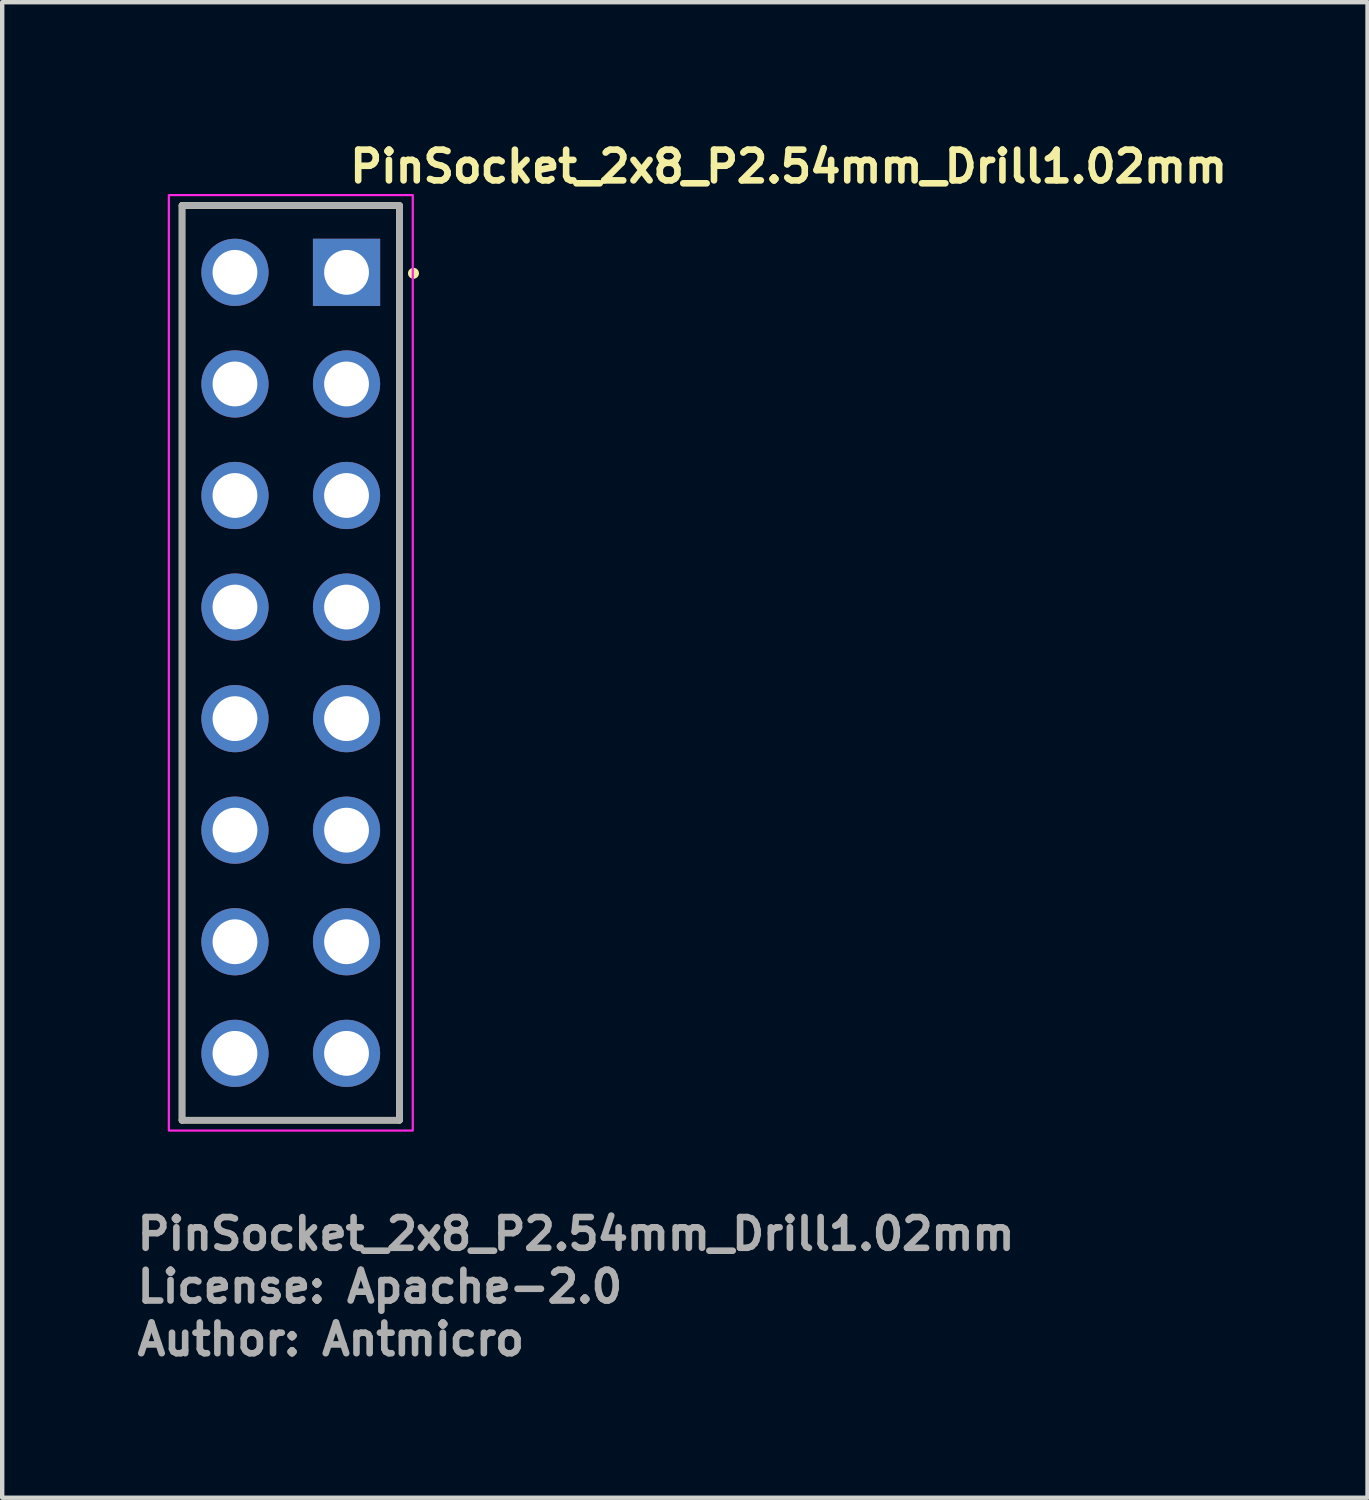
<source format=kicad_pcb>
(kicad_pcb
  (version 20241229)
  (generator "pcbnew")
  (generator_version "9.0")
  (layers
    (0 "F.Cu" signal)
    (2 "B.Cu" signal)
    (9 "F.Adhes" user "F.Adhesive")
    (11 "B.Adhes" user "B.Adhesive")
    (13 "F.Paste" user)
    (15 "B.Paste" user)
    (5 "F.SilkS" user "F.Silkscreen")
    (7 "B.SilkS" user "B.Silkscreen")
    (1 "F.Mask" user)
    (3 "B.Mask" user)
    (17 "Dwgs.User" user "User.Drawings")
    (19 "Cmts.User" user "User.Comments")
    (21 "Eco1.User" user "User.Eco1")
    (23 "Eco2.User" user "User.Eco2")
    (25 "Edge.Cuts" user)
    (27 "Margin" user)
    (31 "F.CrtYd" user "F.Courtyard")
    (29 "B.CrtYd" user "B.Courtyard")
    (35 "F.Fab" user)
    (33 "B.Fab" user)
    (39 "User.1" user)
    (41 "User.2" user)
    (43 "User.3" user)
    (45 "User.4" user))
  (footprint "PinSocket_2x8_P2.54mm_Drill1.02mm"
    (layer "F.Cu")
    (at 4.839 3.15)
    (property "Reference" "PinSocket_2x8_P2.54mm_Drill1.02mm" (at 0 -2 180) (layer "F.SilkS") (effects (font (size 0.7 0.7) (thickness 0.15)) (justify left bottom)))
    (attr through_hole)
    (fp_line (start -3.745 -1.522) (end -3.745 19.303) (stroke (width 0.15) (type solid)) (layer "F.SilkS"))
    (fp_line (start -3.745 19.303) (end 1.205 19.303) (stroke (width 0.15) (type solid)) (layer "F.SilkS"))
    (fp_line (start 1.205 -1.522) (end -3.745 -1.522) (stroke (width 0.15) (type solid)) (layer "F.SilkS"))
    (fp_line (start 1.205 19.303) (end 1.205 -1.522) (stroke (width 0.15) (type solid)) (layer "F.SilkS"))
    (fp_circle (center 1.524 0.022) (end 1.574 0.022) (stroke (width 0.15) (type solid)) (fill yes) (layer "F.SilkS"))
    (fp_rect (start -4.045 -1.758) (end 1.508 19.538) (stroke (width 0.05) (type solid)) (fill no) (layer "F.CrtYd"))
    (fp_line (start -3.745 19.303) (end -3.745 -1.522) (stroke (width 0.15) (type solid)) (layer "F.Fab"))
    (fp_line (start -3.745 19.303) (end 1.205 19.303) (stroke (width 0.15) (type solid)) (layer "F.Fab"))
    (fp_line (start 1.205 -1.522) (end -3.745 -1.522) (stroke (width 0.15) (type solid)) (layer "F.Fab"))
    (fp_line (start 1.205 19.303) (end 1.205 -1.522) (stroke (width 0.15) (type solid)) (layer "F.Fab"))
    (fp_rect (start -3.682 -1.522) (end 1.27 19.303) (stroke (width 0.1) (type solid)) (fill no) (layer "User.5"))
    (fp_line (start -3.682 -1.522) (end -3.682 19.303) (stroke (width 0.02) (type solid)) (layer "User.9"))
    (fp_line (start -3.682 19.303) (end 1.27 19.303) (stroke (width 0.02) (type solid)) (layer "User.9"))
    (fp_line (start -2.87 -0.392) (end -2.87 0.394) (stroke (width 0.02) (type solid)) (layer "User.9"))
    (fp_line (start -2.87 0.394) (end -2.082 0.394) (stroke (width 0.02) (type solid)) (layer "User.9"))
    (fp_line (start -2.87 2.146) (end -2.87 2.934) (stroke (width 0.02) (type solid)) (layer "User.9"))
    (fp_line (start -2.87 2.934) (end -2.082 2.934) (stroke (width 0.02) (type solid)) (layer "User.9"))
    (fp_line (start -2.87 4.687) (end -2.87 5.474) (stroke (width 0.02) (type solid)) (layer "User.9"))
    (fp_line (start -2.87 5.474) (end -2.082 5.474) (stroke (width 0.02) (type solid)) (layer "User.9"))
    (fp_line (start -2.87 7.227) (end -2.87 8.013) (stroke (width 0.02) (type solid)) (layer "User.9"))
    (fp_line (start -2.87 8.013) (end -2.082 8.013) (stroke (width 0.02) (type solid)) (layer "User.9"))
    (fp_line (start -2.87 9.766) (end -2.87 10.553) (stroke (width 0.02) (type solid)) (layer "User.9"))
    (fp_line (start -2.87 10.553) (end -2.082 10.553) (stroke (width 0.02) (type solid)) (layer "User.9"))
    (fp_line (start -2.87 12.305) (end -2.87 13.093) (stroke (width 0.02) (type solid)) (layer "User.9"))
    (fp_line (start -2.87 13.093) (end -2.082 13.093) (stroke (width 0.02) (type solid)) (layer "User.9"))
    (fp_line (start -2.87 14.846) (end -2.87 15.632) (stroke (width 0.02) (type solid)) (layer "User.9"))
    (fp_line (start -2.87 15.632) (end -2.082 15.632) (stroke (width 0.02) (type solid)) (layer "User.9"))
    (fp_line (start -2.87 17.386) (end -2.87 18.172) (stroke (width 0.02) (type solid)) (layer "User.9"))
    (fp_line (start -2.87 18.172) (end -2.082 18.172) (stroke (width 0.02) (type solid)) (layer "User.9"))
    (fp_line (start -2.082 -0.392) (end -2.87 -0.392) (stroke (width 0.02) (type solid)) (layer "User.9"))
    (fp_line (start -2.082 0.394) (end -2.082 -0.392) (stroke (width 0.02) (type solid)) (layer "User.9"))
    (fp_line (start -2.082 2.146) (end -2.87 2.146) (stroke (width 0.02) (type solid)) (layer "User.9"))
    (fp_line (start -2.082 2.934) (end -2.082 2.146) (stroke (width 0.02) (type solid)) (layer "User.9"))
    (fp_line (start -2.082 4.687) (end -2.87 4.687) (stroke (width 0.02) (type solid)) (layer "User.9"))
    (fp_line (start -2.082 5.474) (end -2.082 4.687) (stroke (width 0.02) (type solid)) (layer "User.9"))
    (fp_line (start -2.082 7.227) (end -2.87 7.227) (stroke (width 0.02) (type solid)) (layer "User.9"))
    (fp_line (start -2.082 8.013) (end -2.082 7.227) (stroke (width 0.02) (type solid)) (layer "User.9"))
    (fp_line (start -2.082 9.766) (end -2.87 9.766) (stroke (width 0.02) (type solid)) (layer "User.9"))
    (fp_line (start -2.082 10.553) (end -2.082 9.766) (stroke (width 0.02) (type solid)) (layer "User.9"))
    (fp_line (start -2.082 12.305) (end -2.87 12.305) (stroke (width 0.02) (type solid)) (layer "User.9"))
    (fp_line (start -2.082 13.093) (end -2.082 12.305) (stroke (width 0.02) (type solid)) (layer "User.9"))
    (fp_line (start -2.082 14.846) (end -2.87 14.846) (stroke (width 0.02) (type solid)) (layer "User.9"))
    (fp_line (start -2.082 15.632) (end -2.082 14.846) (stroke (width 0.02) (type solid)) (layer "User.9"))
    (fp_line (start -2.082 17.386) (end -2.87 17.386) (stroke (width 0.02) (type solid)) (layer "User.9"))
    (fp_line (start -2.082 18.172) (end -2.082 17.386) (stroke (width 0.02) (type solid)) (layer "User.9"))
    (fp_line (start -0.332 -0.392) (end -0.332 0.394) (stroke (width 0.02) (type solid)) (layer "User.9"))
    (fp_line (start -0.332 0.394) (end 0.456 0.394) (stroke (width 0.02) (type solid)) (layer "User.9"))
    (fp_line (start -0.332 2.146) (end -0.332 2.934) (stroke (width 0.02) (type solid)) (layer "User.9"))
    (fp_line (start -0.332 2.934) (end 0.456 2.934) (stroke (width 0.02) (type solid)) (layer "User.9"))
    (fp_line (start -0.332 4.687) (end -0.332 5.474) (stroke (width 0.02) (type solid)) (layer "User.9"))
    (fp_line (start -0.332 5.474) (end 0.456 5.474) (stroke (width 0.02) (type solid)) (layer "User.9"))
    (fp_line (start -0.332 7.227) (end -0.332 8.013) (stroke (width 0.02) (type solid)) (layer "User.9"))
    (fp_line (start -0.332 8.013) (end 0.456 8.013) (stroke (width 0.02) (type solid)) (layer "User.9"))
    (fp_line (start -0.332 9.766) (end -0.332 10.553) (stroke (width 0.02) (type solid)) (layer "User.9"))
    (fp_line (start -0.332 10.553) (end 0.456 10.553) (stroke (width 0.02) (type solid)) (layer "User.9"))
    (fp_line (start -0.332 12.305) (end -0.332 13.093) (stroke (width 0.02) (type solid)) (layer "User.9"))
    (fp_line (start -0.332 13.093) (end 0.456 13.093) (stroke (width 0.02) (type solid)) (layer "User.9"))
    (fp_line (start -0.332 14.846) (end -0.332 15.632) (stroke (width 0.02) (type solid)) (layer "User.9"))
    (fp_line (start -0.332 15.632) (end 0.456 15.632) (stroke (width 0.02) (type solid)) (layer "User.9"))
    (fp_line (start -0.332 17.386) (end -0.332 18.172) (stroke (width 0.02) (type solid)) (layer "User.9"))
    (fp_line (start -0.332 18.172) (end 0.456 18.172) (stroke (width 0.02) (type solid)) (layer "User.9"))
    (fp_line (start 0.456 -0.392) (end -0.332 -0.392) (stroke (width 0.02) (type solid)) (layer "User.9"))
    (fp_line (start 0.456 0.394) (end 0.456 -0.392) (stroke (width 0.02) (type solid)) (layer "User.9"))
    (fp_line (start 0.456 2.146) (end -0.332 2.146) (stroke (width 0.02) (type solid)) (layer "User.9"))
    (fp_line (start 0.456 2.934) (end 0.456 2.146) (stroke (width 0.02) (type solid)) (layer "User.9"))
    (fp_line (start 0.456 4.687) (end -0.332 4.687) (stroke (width 0.02) (type solid)) (layer "User.9"))
    (fp_line (start 0.456 5.474) (end 0.456 4.687) (stroke (width 0.02) (type solid)) (layer "User.9"))
    (fp_line (start 0.456 7.227) (end -0.332 7.227) (stroke (width 0.02) (type solid)) (layer "User.9"))
    (fp_line (start 0.456 8.013) (end 0.456 7.227) (stroke (width 0.02) (type solid)) (layer "User.9"))
    (fp_line (start 0.456 9.766) (end -0.332 9.766) (stroke (width 0.02) (type solid)) (layer "User.9"))
    (fp_line (start 0.456 10.553) (end 0.456 9.766) (stroke (width 0.02) (type solid)) (layer "User.9"))
    (fp_line (start 0.456 12.305) (end -0.332 12.305) (stroke (width 0.02) (type solid)) (layer "User.9"))
    (fp_line (start 0.456 13.093) (end 0.456 12.305) (stroke (width 0.02) (type solid)) (layer "User.9"))
    (fp_line (start 0.456 14.846) (end -0.332 14.846) (stroke (width 0.02) (type solid)) (layer "User.9"))
    (fp_line (start 0.456 15.632) (end 0.456 14.846) (stroke (width 0.02) (type solid)) (layer "User.9"))
    (fp_line (start 0.456 17.386) (end -0.332 17.386) (stroke (width 0.02) (type solid)) (layer "User.9"))
    (fp_line (start 0.456 18.172) (end 0.456 17.386) (stroke (width 0.02) (type solid)) (layer "User.9"))
    (fp_line (start 1.27 -1.522) (end -3.682 -1.522) (stroke (width 0.02) (type solid)) (layer "User.9"))
    (fp_line (start 1.27 19.303) (end 1.27 -1.522) (stroke (width 0.02) (type solid)) (layer "User.9"))
    (fp_text user "Author: Antmicro" (at -4.839 24.7 0) (layer "F.Fab") (effects (font (size 0.7 0.7) (thickness 0.15)) (justify left bottom)))
    (fp_text user "${REFERENCE}" (at -4.839 22.3 0) (layer "F.Fab") (effects (font (size 0.7 0.7) (thickness 0.15)) (justify left bottom)))
    (fp_text user "License: Apache-2.0" (at -4.839 23.5 0) (layer "F.Fab") (effects (font (size 0.7 0.7) (thickness 0.15)) (justify left bottom)))
    (pad "1" thru_hole rect (at 0 0 90) (size 1.53 1.53) (drill 1.02) (layers "*.Cu" "*.Mask"))
    (pad "2" thru_hole circle (at -2.54 0 90) (size 1.53 1.53) (drill 1.02) (layers "*.Cu" "*.Mask"))
    (pad "3" thru_hole circle (at 0 2.541 90) (size 1.53 1.53) (drill 1.02) (layers "*.Cu" "*.Mask"))
    (pad "4" thru_hole circle (at -2.54 2.541 90) (size 1.53 1.53) (drill 1.02) (layers "*.Cu" "*.Mask"))
    (pad "5" thru_hole circle (at 0 5.08 90) (size 1.53 1.53) (drill 1.02) (layers "*.Cu" "*.Mask"))
    (pad "6" thru_hole circle (at -2.54 5.08 90) (size 1.53 1.53) (drill 1.02) (layers "*.Cu" "*.Mask"))
    (pad "7" thru_hole circle (at 0 7.62 90) (size 1.53 1.53) (drill 1.02) (layers "*.Cu" "*.Mask"))
    (pad "8" thru_hole circle (at -2.54 7.62 90) (size 1.53 1.53) (drill 1.02) (layers "*.Cu" "*.Mask"))
    (pad "9" thru_hole circle (at 0 10.16 90) (size 1.53 1.53) (drill 1.02) (layers "*.Cu" "*.Mask"))
    (pad "10" thru_hole circle (at -2.54 10.16 90) (size 1.53 1.53) (drill 1.02) (layers "*.Cu" "*.Mask"))
    (pad "11" thru_hole circle (at 0 12.699 90) (size 1.53 1.53) (drill 1.02) (layers "*.Cu" "*.Mask"))
    (pad "12" thru_hole circle (at -2.54 12.699 90) (size 1.53 1.53) (drill 1.02) (layers "*.Cu" "*.Mask"))
    (pad "13" thru_hole circle (at 0 15.239 90) (size 1.53 1.53) (drill 1.02) (layers "*.Cu" "*.Mask"))
    (pad "14" thru_hole circle (at -2.54 15.239 90) (size 1.53 1.53) (drill 1.02) (layers "*.Cu" "*.Mask"))
    (pad "15" thru_hole circle (at 0 17.78 90) (size 1.53 1.53) (drill 1.02) (layers "*.Cu" "*.Mask"))
    (pad "16" thru_hole circle (at -2.54 17.78 90) (size 1.53 1.53) (drill 1.02) (layers "*.Cu" "*.Mask")))
  (gr_rect
    (start -3 -3)
    (end 28.082 31.046)
    (stroke (width 0.1) (type default))
    (fill no)
    (layer "Edge.Cuts")))
</source>
